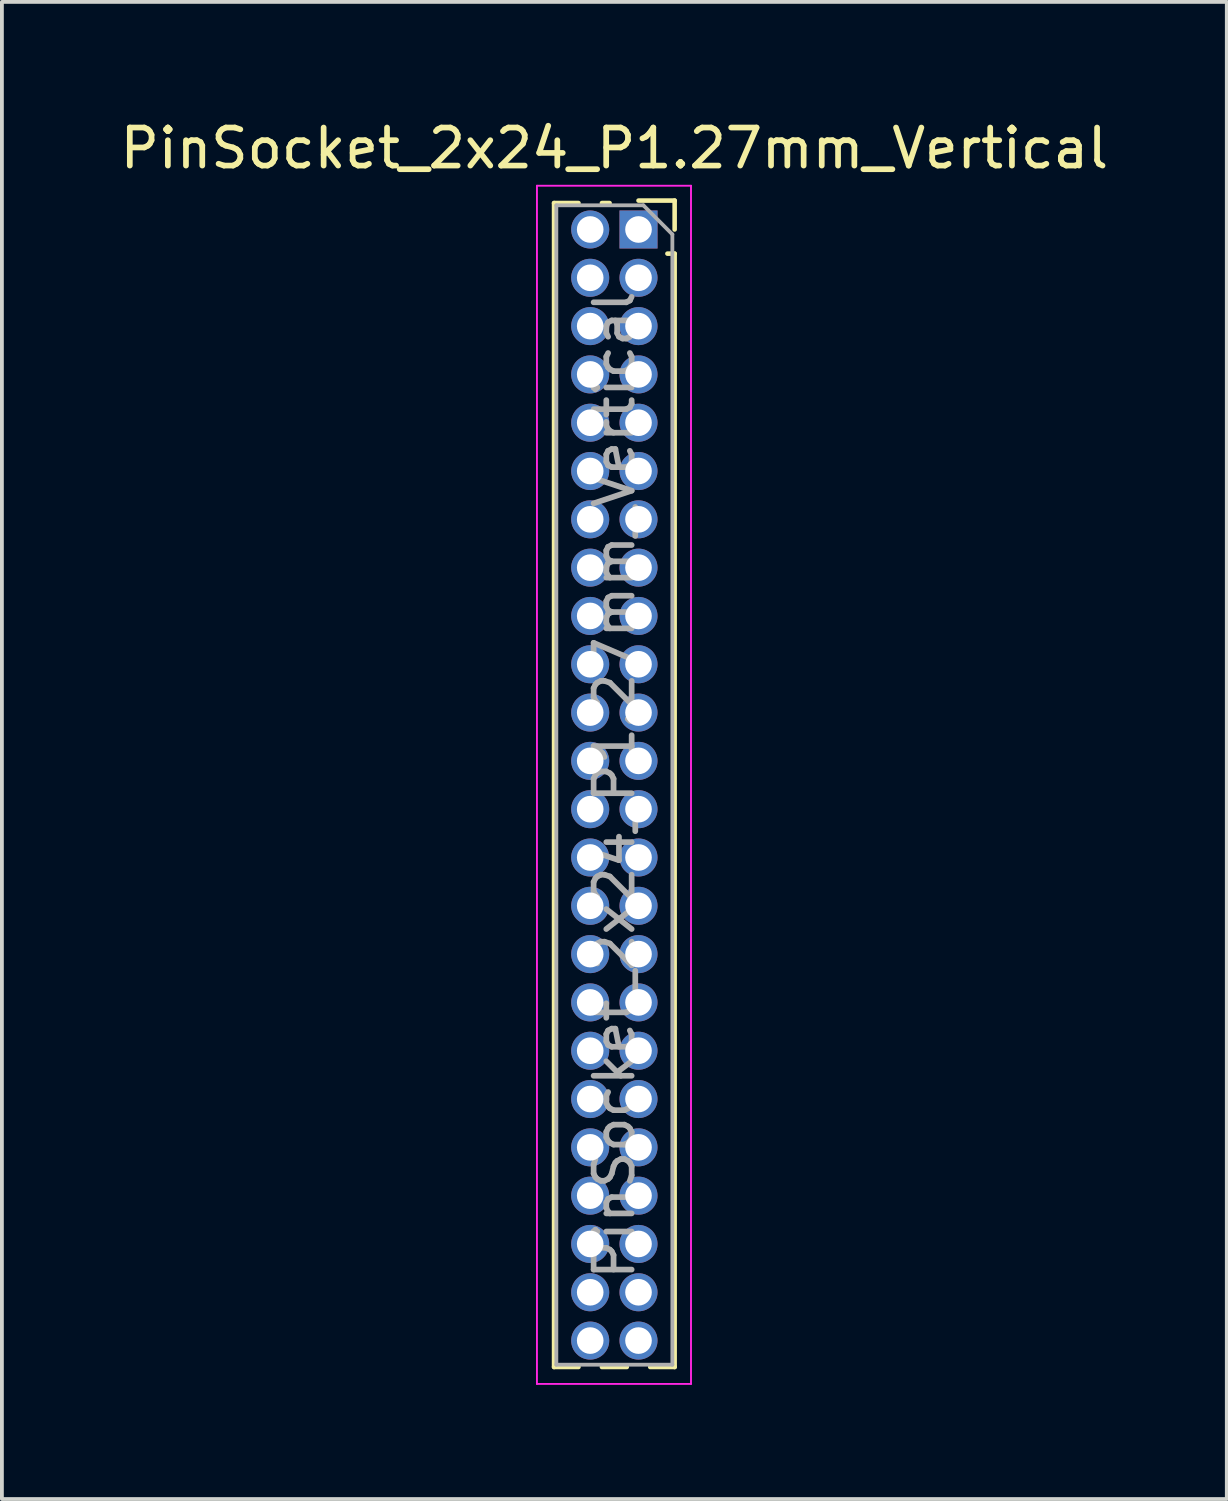
<source format=kicad_pcb>
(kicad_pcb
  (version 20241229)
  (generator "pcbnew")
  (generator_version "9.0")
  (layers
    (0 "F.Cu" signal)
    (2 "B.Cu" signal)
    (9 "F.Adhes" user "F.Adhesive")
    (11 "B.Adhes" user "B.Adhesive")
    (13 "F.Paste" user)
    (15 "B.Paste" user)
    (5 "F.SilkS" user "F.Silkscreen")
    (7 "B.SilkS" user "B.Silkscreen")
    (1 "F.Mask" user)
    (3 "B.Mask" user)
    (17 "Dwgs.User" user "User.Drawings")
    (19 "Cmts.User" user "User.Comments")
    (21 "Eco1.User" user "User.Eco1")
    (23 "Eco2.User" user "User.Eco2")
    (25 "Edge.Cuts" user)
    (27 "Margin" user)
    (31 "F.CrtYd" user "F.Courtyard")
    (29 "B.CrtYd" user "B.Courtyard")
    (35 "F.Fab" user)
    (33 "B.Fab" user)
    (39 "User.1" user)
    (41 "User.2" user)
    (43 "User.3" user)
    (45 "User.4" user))
  (footprint "PinSocket_2x24_P1.27mm_Vertical"
    (layer "F.Cu")
    (at 13.736 2.983)
    (property "Reference" "PinSocket_2x24_P1.27mm_Vertical" (at -0.635 -2.135 0) (layer "F.SilkS") (effects (font (size 1 1) (thickness 0.15))))
    (attr through_hole)
    (fp_line (start -2.22 -0.695) (end -2.22 29.905) (stroke (width 0.12) (type solid)) (layer "F.SilkS"))
    (fp_line (start -2.22 -0.695) (end -1.578 -0.695) (stroke (width 0.12) (type solid)) (layer "F.SilkS"))
    (fp_line (start -2.22 29.905) (end -1.578 29.905) (stroke (width 0.12) (type solid)) (layer "F.SilkS"))
    (fp_line (start -0.962 -0.695) (end -0.76 -0.695) (stroke (width 0.12) (type solid)) (layer "F.SilkS"))
    (fp_line (start -0.962 29.905) (end -0.308 29.905) (stroke (width 0.12) (type solid)) (layer "F.SilkS"))
    (fp_line (start 0 -0.76) (end 0.95 -0.76) (stroke (width 0.12) (type solid)) (layer "F.SilkS"))
    (fp_line (start 0.308 29.905) (end 0.95 29.905) (stroke (width 0.12) (type solid)) (layer "F.SilkS"))
    (fp_line (start 0.76 0.635) (end 0.95 0.635) (stroke (width 0.12) (type solid)) (layer "F.SilkS"))
    (fp_line (start 0.95 -0.76) (end 0.95 0) (stroke (width 0.12) (type solid)) (layer "F.SilkS"))
    (fp_line (start 0.95 0.635) (end 0.95 29.905) (stroke (width 0.12) (type solid)) (layer "F.SilkS"))
    (fp_line (start -2.67 -1.15) (end 1.38 -1.15) (stroke (width 0.05) (type solid)) (layer "F.CrtYd"))
    (fp_line (start -2.67 30.35) (end -2.67 -1.15) (stroke (width 0.05) (type solid)) (layer "F.CrtYd"))
    (fp_line (start 1.38 -1.15) (end 1.38 30.35) (stroke (width 0.05) (type solid)) (layer "F.CrtYd"))
    (fp_line (start 1.38 30.35) (end -2.67 30.35) (stroke (width 0.05) (type solid)) (layer "F.CrtYd"))
    (fp_line (start -2.16 -0.635) (end 0.128 -0.635) (stroke (width 0.1) (type solid)) (layer "F.Fab"))
    (fp_line (start -2.16 29.845) (end -2.16 -0.635) (stroke (width 0.1) (type solid)) (layer "F.Fab"))
    (fp_line (start 0.128 -0.635) (end 0.89 0.128) (stroke (width 0.1) (type solid)) (layer "F.Fab"))
    (fp_line (start 0.89 0.128) (end 0.89 29.845) (stroke (width 0.1) (type solid)) (layer "F.Fab"))
    (fp_line (start 0.89 29.845) (end -2.16 29.845) (stroke (width 0.1) (type solid)) (layer "F.Fab"))
    (fp_text user "${REFERENCE}" (at -0.635 14.605 90) (layer "F.Fab") (effects (font (size 1 1) (thickness 0.15))))
    (pad "1" thru_hole rect (at 0 0) (size 1 1) (drill 0.7) (layers "*.Cu" "*.Mask"))
    (pad "2" thru_hole circle (at -1.27 0) (size 1 1) (drill 0.7) (layers "*.Cu" "*.Mask"))
    (pad "3" thru_hole circle (at 0 1.27) (size 1 1) (drill 0.7) (layers "*.Cu" "*.Mask"))
    (pad "4" thru_hole circle (at -1.27 1.27) (size 1 1) (drill 0.7) (layers "*.Cu" "*.Mask"))
    (pad "5" thru_hole circle (at 0 2.54) (size 1 1) (drill 0.7) (layers "*.Cu" "*.Mask"))
    (pad "6" thru_hole circle (at -1.27 2.54) (size 1 1) (drill 0.7) (layers "*.Cu" "*.Mask"))
    (pad "7" thru_hole circle (at 0 3.81) (size 1 1) (drill 0.7) (layers "*.Cu" "*.Mask"))
    (pad "8" thru_hole circle (at -1.27 3.81) (size 1 1) (drill 0.7) (layers "*.Cu" "*.Mask"))
    (pad "9" thru_hole circle (at 0 5.08) (size 1 1) (drill 0.7) (layers "*.Cu" "*.Mask"))
    (pad "10" thru_hole circle (at -1.27 5.08) (size 1 1) (drill 0.7) (layers "*.Cu" "*.Mask"))
    (pad "11" thru_hole circle (at 0 6.35) (size 1 1) (drill 0.7) (layers "*.Cu" "*.Mask"))
    (pad "12" thru_hole circle (at -1.27 6.35) (size 1 1) (drill 0.7) (layers "*.Cu" "*.Mask"))
    (pad "13" thru_hole circle (at 0 7.62) (size 1 1) (drill 0.7) (layers "*.Cu" "*.Mask"))
    (pad "14" thru_hole circle (at -1.27 7.62) (size 1 1) (drill 0.7) (layers "*.Cu" "*.Mask"))
    (pad "15" thru_hole circle (at 0 8.89) (size 1 1) (drill 0.7) (layers "*.Cu" "*.Mask"))
    (pad "16" thru_hole circle (at -1.27 8.89) (size 1 1) (drill 0.7) (layers "*.Cu" "*.Mask"))
    (pad "17" thru_hole circle (at 0 10.16) (size 1 1) (drill 0.7) (layers "*.Cu" "*.Mask"))
    (pad "18" thru_hole circle (at -1.27 10.16) (size 1 1) (drill 0.7) (layers "*.Cu" "*.Mask"))
    (pad "19" thru_hole circle (at 0 11.43) (size 1 1) (drill 0.7) (layers "*.Cu" "*.Mask"))
    (pad "20" thru_hole circle (at -1.27 11.43) (size 1 1) (drill 0.7) (layers "*.Cu" "*.Mask"))
    (pad "21" thru_hole circle (at 0 12.7) (size 1 1) (drill 0.7) (layers "*.Cu" "*.Mask"))
    (pad "22" thru_hole circle (at -1.27 12.7) (size 1 1) (drill 0.7) (layers "*.Cu" "*.Mask"))
    (pad "23" thru_hole circle (at 0 13.97) (size 1 1) (drill 0.7) (layers "*.Cu" "*.Mask"))
    (pad "24" thru_hole circle (at -1.27 13.97) (size 1 1) (drill 0.7) (layers "*.Cu" "*.Mask"))
    (pad "25" thru_hole circle (at 0 15.24) (size 1 1) (drill 0.7) (layers "*.Cu" "*.Mask"))
    (pad "26" thru_hole circle (at -1.27 15.24) (size 1 1) (drill 0.7) (layers "*.Cu" "*.Mask"))
    (pad "27" thru_hole circle (at 0 16.51) (size 1 1) (drill 0.7) (layers "*.Cu" "*.Mask"))
    (pad "28" thru_hole circle (at -1.27 16.51) (size 1 1) (drill 0.7) (layers "*.Cu" "*.Mask"))
    (pad "29" thru_hole circle (at 0 17.78) (size 1 1) (drill 0.7) (layers "*.Cu" "*.Mask"))
    (pad "30" thru_hole circle (at -1.27 17.78) (size 1 1) (drill 0.7) (layers "*.Cu" "*.Mask"))
    (pad "31" thru_hole circle (at 0 19.05) (size 1 1) (drill 0.7) (layers "*.Cu" "*.Mask"))
    (pad "32" thru_hole circle (at -1.27 19.05) (size 1 1) (drill 0.7) (layers "*.Cu" "*.Mask"))
    (pad "33" thru_hole circle (at 0 20.32) (size 1 1) (drill 0.7) (layers "*.Cu" "*.Mask"))
    (pad "34" thru_hole circle (at -1.27 20.32) (size 1 1) (drill 0.7) (layers "*.Cu" "*.Mask"))
    (pad "35" thru_hole circle (at 0 21.59) (size 1 1) (drill 0.7) (layers "*.Cu" "*.Mask"))
    (pad "36" thru_hole circle (at -1.27 21.59) (size 1 1) (drill 0.7) (layers "*.Cu" "*.Mask"))
    (pad "37" thru_hole circle (at 0 22.86) (size 1 1) (drill 0.7) (layers "*.Cu" "*.Mask"))
    (pad "38" thru_hole circle (at -1.27 22.86) (size 1 1) (drill 0.7) (layers "*.Cu" "*.Mask"))
    (pad "39" thru_hole circle (at 0 24.13) (size 1 1) (drill 0.7) (layers "*.Cu" "*.Mask"))
    (pad "40" thru_hole circle (at -1.27 24.13) (size 1 1) (drill 0.7) (layers "*.Cu" "*.Mask"))
    (pad "41" thru_hole circle (at 0 25.4) (size 1 1) (drill 0.7) (layers "*.Cu" "*.Mask"))
    (pad "42" thru_hole circle (at -1.27 25.4) (size 1 1) (drill 0.7) (layers "*.Cu" "*.Mask"))
    (pad "43" thru_hole circle (at 0 26.67) (size 1 1) (drill 0.7) (layers "*.Cu" "*.Mask"))
    (pad "44" thru_hole circle (at -1.27 26.67) (size 1 1) (drill 0.7) (layers "*.Cu" "*.Mask"))
    (pad "45" thru_hole circle (at 0 27.94) (size 1 1) (drill 0.7) (layers "*.Cu" "*.Mask"))
    (pad "46" thru_hole circle (at -1.27 27.94) (size 1 1) (drill 0.7) (layers "*.Cu" "*.Mask"))
    (pad "47" thru_hole circle (at 0 29.21) (size 1 1) (drill 0.7) (layers "*.Cu" "*.Mask"))
    (pad "48" thru_hole circle (at -1.27 29.21) (size 1 1) (drill 0.7) (layers "*.Cu" "*.Mask")))
  (gr_rect
    (start -3 -3)
    (end 29.202 36.358)
    (stroke (width 0.1) (type default))
    (fill no)
    (layer "Edge.Cuts")))
</source>
